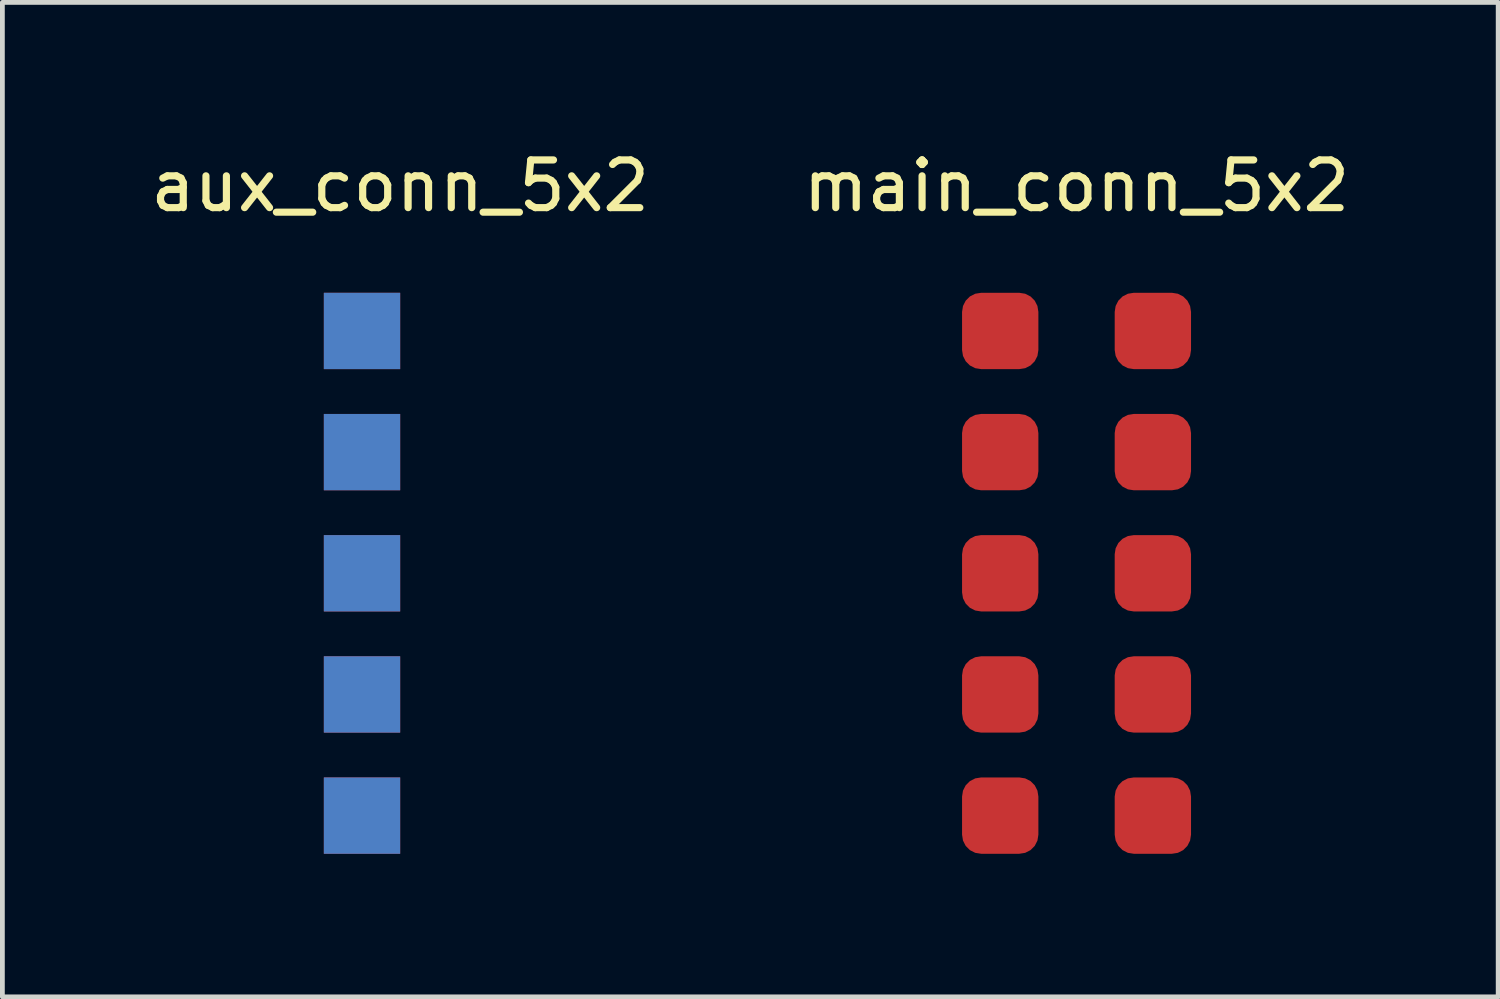
<source format=kicad_pcb>
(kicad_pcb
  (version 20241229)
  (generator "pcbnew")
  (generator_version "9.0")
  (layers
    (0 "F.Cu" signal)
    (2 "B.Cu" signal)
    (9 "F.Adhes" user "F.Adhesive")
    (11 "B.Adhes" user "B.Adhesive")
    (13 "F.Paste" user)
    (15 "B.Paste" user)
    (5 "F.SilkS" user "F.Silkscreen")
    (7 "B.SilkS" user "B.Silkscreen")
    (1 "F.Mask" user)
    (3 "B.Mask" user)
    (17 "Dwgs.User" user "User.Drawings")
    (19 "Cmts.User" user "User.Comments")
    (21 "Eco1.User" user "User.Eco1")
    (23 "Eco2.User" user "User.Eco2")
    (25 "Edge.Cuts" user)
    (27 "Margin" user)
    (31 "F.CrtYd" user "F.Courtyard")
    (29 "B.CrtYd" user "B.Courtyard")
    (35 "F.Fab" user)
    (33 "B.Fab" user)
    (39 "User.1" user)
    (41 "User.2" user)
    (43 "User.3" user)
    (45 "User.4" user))
  (footprint "aux_conn_5x2"
    (layer "F.Cu")
    (at 5.339 1.348)
    (property "Reference" "aux_conn_5x2" (at 0 -0.5 0) (unlocked yes) (layer "F.SilkS") (effects (font (size 1 1) (thickness 0.15))))
    (attr smd)
    (pad "1" connect rect (at -0.8 2.54) (size 1.6 1.6) (layers "F.Cu" "F.Mask"))
    (pad "2" connect rect (at -0.8 2.54) (size 1.6 1.6) (layers "F.Mask" "B.Cu"))
    (pad "3" connect rect (at -0.8 5.08) (size 1.6 1.6) (layers "F.Cu" "F.Mask"))
    (pad "4" connect rect (at -0.8 5.08) (size 1.6 1.6) (layers "F.Mask" "B.Cu"))
    (pad "5" connect rect (at -0.8 7.62) (size 1.6 1.6) (layers "F.Cu" "F.Mask"))
    (pad "6" connect rect (at -0.8 7.62) (size 1.6 1.6) (layers "F.Mask" "B.Cu"))
    (pad "7" connect rect (at -0.8 10.16) (size 1.6 1.6) (layers "F.Cu" "F.Mask"))
    (pad "8" connect rect (at -0.8 10.16) (size 1.6 1.6) (layers "F.Mask" "B.Cu"))
    (pad "9" connect rect (at -0.8 12.7) (size 1.6 1.6) (layers "F.Cu" "F.Mask"))
    (pad "10" connect rect (at -0.8 12.7) (size 1.6 1.6) (layers "F.Mask" "B.Cu")))
  (footprint "main_conn_5x2"
    (layer "F.Cu")
    (at 19.518 1.348)
    (property "Reference" "main_conn_5x2" (at 0 -0.5 0) (unlocked yes) (layer "F.SilkS") (effects (font (size 1 1) (thickness 0.15))))
    (attr smd)
    (pad "1" smd roundrect (at -1.6 2.54) (size 1.6 1.6) (layers "F.Cu" "F.Mask" "F.Paste") (roundrect_rratio 0.25))
    (pad "2" smd roundrect (at 1.6 2.54) (size 1.6 1.6) (layers "F.Cu" "F.Mask" "F.Paste") (roundrect_rratio 0.25))
    (pad "3" smd roundrect (at -1.6 5.08) (size 1.6 1.6) (layers "F.Cu" "F.Mask" "F.Paste") (roundrect_rratio 0.25))
    (pad "4" smd roundrect (at 1.6 5.08) (size 1.6 1.6) (layers "F.Cu" "F.Mask" "F.Paste") (roundrect_rratio 0.25))
    (pad "5" smd roundrect (at -1.6 7.62) (size 1.6 1.6) (layers "F.Cu" "F.Mask" "F.Paste") (roundrect_rratio 0.25))
    (pad "6" smd roundrect (at 1.6 7.62) (size 1.6 1.6) (layers "F.Cu" "F.Mask" "F.Paste") (roundrect_rratio 0.25))
    (pad "7" smd roundrect (at -1.6 10.16) (size 1.6 1.6) (layers "F.Cu" "F.Mask" "F.Paste") (roundrect_rratio 0.25))
    (pad "8" smd roundrect (at 1.6 10.16) (size 1.6 1.6) (layers "F.Cu" "F.Mask" "F.Paste") (roundrect_rratio 0.25))
    (pad "9" smd roundrect (at -1.6 12.7) (size 1.6 1.6) (layers "F.Cu" "F.Mask" "F.Paste") (roundrect_rratio 0.25))
    (pad "10" smd roundrect (at 1.6 12.7) (size 1.6 1.6) (layers "F.Cu" "F.Mask" "F.Paste") (roundrect_rratio 0.25)))
  (gr_rect
    (start -3 -3)
    (end 28.357 17.848)
    (stroke (width 0.1) (type default))
    (fill no)
    (layer "Edge.Cuts")))
</source>
